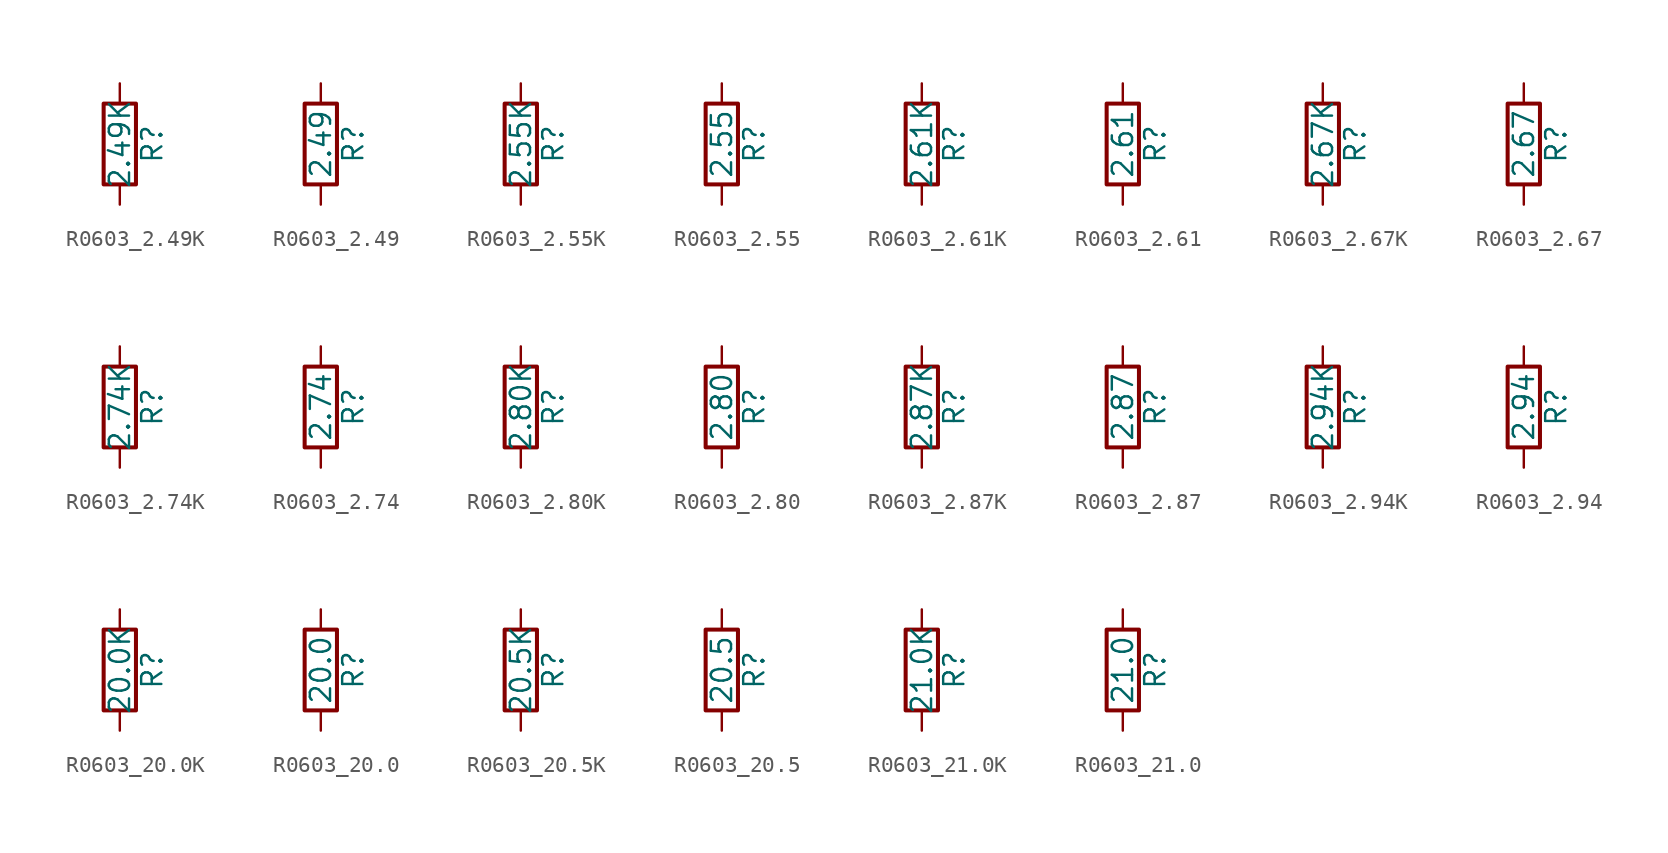
<source format=kicad_sym>
(kicad_symbol_lib
  (version 20211014)
  (generator atlantix-eda)
  (symbol "R0603_2.49K"
    (pin_numbers hide)
    (pin_names
      (offset 0))
    (property "Reference" "R"
      (at 2.032 0 90)
      (effects (font (size 1.27 1.27))))
    (property "Value" "2.49K"
      (at 0 0 90)
      (effects (font (size 1.27 1.27))))
    (symbol "R0603_2.49K_0_1"
      (rectangle (start -1.016 -2.54) (end 1.016 2.54) (stroke (width 0.254) (type default) (color 0 0 0 0)) (fill (type none))))
    (symbol "R0603_2.49K_1_1"
      (pin passive line (at 0 3.81 270) (length 1.27) (name "~" (effects (font (size 1.27 1.27)))) (number "1" (effects (font (size 1.27 1.27)))))
      (pin passive line (at 0 -3.81 90) (length 1.27) (name "~" (effects (font (size 1.27 1.27)))) (number "2" (effects (font (size 1.27 1.27)))))))
  (symbol "R0603_2.49"
    (pin_numbers hide)
    (pin_names
      (offset 0))
    (property "Reference" "R"
      (at 2.032 0 90)
      (effects (font (size 1.27 1.27))))
    (property "Value" "2.49"
      (at 0 0 90)
      (effects (font (size 1.27 1.27))))
    (symbol "R0603_2.49_0_1"
      (rectangle (start -1.016 -2.54) (end 1.016 2.54) (stroke (width 0.254) (type default) (color 0 0 0 0)) (fill (type none))))
    (symbol "R0603_2.49_1_1"
      (pin passive line (at 0 3.81 270) (length 1.27) (name "~" (effects (font (size 1.27 1.27)))) (number "1" (effects (font (size 1.27 1.27)))))
      (pin passive line (at 0 -3.81 90) (length 1.27) (name "~" (effects (font (size 1.27 1.27)))) (number "2" (effects (font (size 1.27 1.27)))))))
  (symbol "R0603_2.55K"
    (pin_numbers hide)
    (pin_names
      (offset 0))
    (property "Reference" "R"
      (at 2.032 0 90)
      (effects (font (size 1.27 1.27))))
    (property "Value" "2.55K"
      (at 0 0 90)
      (effects (font (size 1.27 1.27))))
    (symbol "R0603_2.55K_0_1"
      (rectangle (start -1.016 -2.54) (end 1.016 2.54) (stroke (width 0.254) (type default) (color 0 0 0 0)) (fill (type none))))
    (symbol "R0603_2.55K_1_1"
      (pin passive line (at 0 3.81 270) (length 1.27) (name "~" (effects (font (size 1.27 1.27)))) (number "1" (effects (font (size 1.27 1.27)))))
      (pin passive line (at 0 -3.81 90) (length 1.27) (name "~" (effects (font (size 1.27 1.27)))) (number "2" (effects (font (size 1.27 1.27)))))))
  (symbol "R0603_2.55"
    (pin_numbers hide)
    (pin_names
      (offset 0))
    (property "Reference" "R"
      (at 2.032 0 90)
      (effects (font (size 1.27 1.27))))
    (property "Value" "2.55"
      (at 0 0 90)
      (effects (font (size 1.27 1.27))))
    (symbol "R0603_2.55_0_1"
      (rectangle (start -1.016 -2.54) (end 1.016 2.54) (stroke (width 0.254) (type default) (color 0 0 0 0)) (fill (type none))))
    (symbol "R0603_2.55_1_1"
      (pin passive line (at 0 3.81 270) (length 1.27) (name "~" (effects (font (size 1.27 1.27)))) (number "1" (effects (font (size 1.27 1.27)))))
      (pin passive line (at 0 -3.81 90) (length 1.27) (name "~" (effects (font (size 1.27 1.27)))) (number "2" (effects (font (size 1.27 1.27)))))))
  (symbol "R0603_2.61K"
    (pin_numbers hide)
    (pin_names
      (offset 0))
    (property "Reference" "R"
      (at 2.032 0 90)
      (effects (font (size 1.27 1.27))))
    (property "Value" "2.61K"
      (at 0 0 90)
      (effects (font (size 1.27 1.27))))
    (symbol "R0603_2.61K_0_1"
      (rectangle (start -1.016 -2.54) (end 1.016 2.54) (stroke (width 0.254) (type default) (color 0 0 0 0)) (fill (type none))))
    (symbol "R0603_2.61K_1_1"
      (pin passive line (at 0 3.81 270) (length 1.27) (name "~" (effects (font (size 1.27 1.27)))) (number "1" (effects (font (size 1.27 1.27)))))
      (pin passive line (at 0 -3.81 90) (length 1.27) (name "~" (effects (font (size 1.27 1.27)))) (number "2" (effects (font (size 1.27 1.27)))))))
  (symbol "R0603_2.61"
    (pin_numbers hide)
    (pin_names
      (offset 0))
    (property "Reference" "R"
      (at 2.032 0 90)
      (effects (font (size 1.27 1.27))))
    (property "Value" "2.61"
      (at 0 0 90)
      (effects (font (size 1.27 1.27))))
    (symbol "R0603_2.61_0_1"
      (rectangle (start -1.016 -2.54) (end 1.016 2.54) (stroke (width 0.254) (type default) (color 0 0 0 0)) (fill (type none))))
    (symbol "R0603_2.61_1_1"
      (pin passive line (at 0 3.81 270) (length 1.27) (name "~" (effects (font (size 1.27 1.27)))) (number "1" (effects (font (size 1.27 1.27)))))
      (pin passive line (at 0 -3.81 90) (length 1.27) (name "~" (effects (font (size 1.27 1.27)))) (number "2" (effects (font (size 1.27 1.27)))))))
  (symbol "R0603_2.67K"
    (pin_numbers hide)
    (pin_names
      (offset 0))
    (property "Reference" "R"
      (at 2.032 0 90)
      (effects (font (size 1.27 1.27))))
    (property "Value" "2.67K"
      (at 0 0 90)
      (effects (font (size 1.27 1.27))))
    (symbol "R0603_2.67K_0_1"
      (rectangle (start -1.016 -2.54) (end 1.016 2.54) (stroke (width 0.254) (type default) (color 0 0 0 0)) (fill (type none))))
    (symbol "R0603_2.67K_1_1"
      (pin passive line (at 0 3.81 270) (length 1.27) (name "~" (effects (font (size 1.27 1.27)))) (number "1" (effects (font (size 1.27 1.27)))))
      (pin passive line (at 0 -3.81 90) (length 1.27) (name "~" (effects (font (size 1.27 1.27)))) (number "2" (effects (font (size 1.27 1.27)))))))
  (symbol "R0603_2.67"
    (pin_numbers hide)
    (pin_names
      (offset 0))
    (property "Reference" "R"
      (at 2.032 0 90)
      (effects (font (size 1.27 1.27))))
    (property "Value" "2.67"
      (at 0 0 90)
      (effects (font (size 1.27 1.27))))
    (symbol "R0603_2.67_0_1"
      (rectangle (start -1.016 -2.54) (end 1.016 2.54) (stroke (width 0.254) (type default) (color 0 0 0 0)) (fill (type none))))
    (symbol "R0603_2.67_1_1"
      (pin passive line (at 0 3.81 270) (length 1.27) (name "~" (effects (font (size 1.27 1.27)))) (number "1" (effects (font (size 1.27 1.27)))))
      (pin passive line (at 0 -3.81 90) (length 1.27) (name "~" (effects (font (size 1.27 1.27)))) (number "2" (effects (font (size 1.27 1.27)))))))
  (symbol "R0603_2.74K"
    (pin_numbers hide)
    (pin_names
      (offset 0))
    (property "Reference" "R"
      (at 2.032 0 90)
      (effects (font (size 1.27 1.27))))
    (property "Value" "2.74K"
      (at 0 0 90)
      (effects (font (size 1.27 1.27))))
    (symbol "R0603_2.74K_0_1"
      (rectangle (start -1.016 -2.54) (end 1.016 2.54) (stroke (width 0.254) (type default) (color 0 0 0 0)) (fill (type none))))
    (symbol "R0603_2.74K_1_1"
      (pin passive line (at 0 3.81 270) (length 1.27) (name "~" (effects (font (size 1.27 1.27)))) (number "1" (effects (font (size 1.27 1.27)))))
      (pin passive line (at 0 -3.81 90) (length 1.27) (name "~" (effects (font (size 1.27 1.27)))) (number "2" (effects (font (size 1.27 1.27)))))))
  (symbol "R0603_2.74"
    (pin_numbers hide)
    (pin_names
      (offset 0))
    (property "Reference" "R"
      (at 2.032 0 90)
      (effects (font (size 1.27 1.27))))
    (property "Value" "2.74"
      (at 0 0 90)
      (effects (font (size 1.27 1.27))))
    (symbol "R0603_2.74_0_1"
      (rectangle (start -1.016 -2.54) (end 1.016 2.54) (stroke (width 0.254) (type default) (color 0 0 0 0)) (fill (type none))))
    (symbol "R0603_2.74_1_1"
      (pin passive line (at 0 3.81 270) (length 1.27) (name "~" (effects (font (size 1.27 1.27)))) (number "1" (effects (font (size 1.27 1.27)))))
      (pin passive line (at 0 -3.81 90) (length 1.27) (name "~" (effects (font (size 1.27 1.27)))) (number "2" (effects (font (size 1.27 1.27)))))))
  (symbol "R0603_2.80K"
    (pin_numbers hide)
    (pin_names
      (offset 0))
    (property "Reference" "R"
      (at 2.032 0 90)
      (effects (font (size 1.27 1.27))))
    (property "Value" "2.80K"
      (at 0 0 90)
      (effects (font (size 1.27 1.27))))
    (symbol "R0603_2.80K_0_1"
      (rectangle (start -1.016 -2.54) (end 1.016 2.54) (stroke (width 0.254) (type default) (color 0 0 0 0)) (fill (type none))))
    (symbol "R0603_2.80K_1_1"
      (pin passive line (at 0 3.81 270) (length 1.27) (name "~" (effects (font (size 1.27 1.27)))) (number "1" (effects (font (size 1.27 1.27)))))
      (pin passive line (at 0 -3.81 90) (length 1.27) (name "~" (effects (font (size 1.27 1.27)))) (number "2" (effects (font (size 1.27 1.27)))))))
  (symbol "R0603_2.80"
    (pin_numbers hide)
    (pin_names
      (offset 0))
    (property "Reference" "R"
      (at 2.032 0 90)
      (effects (font (size 1.27 1.27))))
    (property "Value" "2.80"
      (at 0 0 90)
      (effects (font (size 1.27 1.27))))
    (symbol "R0603_2.80_0_1"
      (rectangle (start -1.016 -2.54) (end 1.016 2.54) (stroke (width 0.254) (type default) (color 0 0 0 0)) (fill (type none))))
    (symbol "R0603_2.80_1_1"
      (pin passive line (at 0 3.81 270) (length 1.27) (name "~" (effects (font (size 1.27 1.27)))) (number "1" (effects (font (size 1.27 1.27)))))
      (pin passive line (at 0 -3.81 90) (length 1.27) (name "~" (effects (font (size 1.27 1.27)))) (number "2" (effects (font (size 1.27 1.27)))))))
  (symbol "R0603_2.87K"
    (pin_numbers hide)
    (pin_names
      (offset 0))
    (property "Reference" "R"
      (at 2.032 0 90)
      (effects (font (size 1.27 1.27))))
    (property "Value" "2.87K"
      (at 0 0 90)
      (effects (font (size 1.27 1.27))))
    (symbol "R0603_2.87K_0_1"
      (rectangle (start -1.016 -2.54) (end 1.016 2.54) (stroke (width 0.254) (type default) (color 0 0 0 0)) (fill (type none))))
    (symbol "R0603_2.87K_1_1"
      (pin passive line (at 0 3.81 270) (length 1.27) (name "~" (effects (font (size 1.27 1.27)))) (number "1" (effects (font (size 1.27 1.27)))))
      (pin passive line (at 0 -3.81 90) (length 1.27) (name "~" (effects (font (size 1.27 1.27)))) (number "2" (effects (font (size 1.27 1.27)))))))
  (symbol "R0603_2.87"
    (pin_numbers hide)
    (pin_names
      (offset 0))
    (property "Reference" "R"
      (at 2.032 0 90)
      (effects (font (size 1.27 1.27))))
    (property "Value" "2.87"
      (at 0 0 90)
      (effects (font (size 1.27 1.27))))
    (symbol "R0603_2.87_0_1"
      (rectangle (start -1.016 -2.54) (end 1.016 2.54) (stroke (width 0.254) (type default) (color 0 0 0 0)) (fill (type none))))
    (symbol "R0603_2.87_1_1"
      (pin passive line (at 0 3.81 270) (length 1.27) (name "~" (effects (font (size 1.27 1.27)))) (number "1" (effects (font (size 1.27 1.27)))))
      (pin passive line (at 0 -3.81 90) (length 1.27) (name "~" (effects (font (size 1.27 1.27)))) (number "2" (effects (font (size 1.27 1.27)))))))
  (symbol "R0603_2.94K"
    (pin_numbers hide)
    (pin_names
      (offset 0))
    (property "Reference" "R"
      (at 2.032 0 90)
      (effects (font (size 1.27 1.27))))
    (property "Value" "2.94K"
      (at 0 0 90)
      (effects (font (size 1.27 1.27))))
    (symbol "R0603_2.94K_0_1"
      (rectangle (start -1.016 -2.54) (end 1.016 2.54) (stroke (width 0.254) (type default) (color 0 0 0 0)) (fill (type none))))
    (symbol "R0603_2.94K_1_1"
      (pin passive line (at 0 3.81 270) (length 1.27) (name "~" (effects (font (size 1.27 1.27)))) (number "1" (effects (font (size 1.27 1.27)))))
      (pin passive line (at 0 -3.81 90) (length 1.27) (name "~" (effects (font (size 1.27 1.27)))) (number "2" (effects (font (size 1.27 1.27)))))))
  (symbol "R0603_2.94"
    (pin_numbers hide)
    (pin_names
      (offset 0))
    (property "Reference" "R"
      (at 2.032 0 90)
      (effects (font (size 1.27 1.27))))
    (property "Value" "2.94"
      (at 0 0 90)
      (effects (font (size 1.27 1.27))))
    (symbol "R0603_2.94_0_1"
      (rectangle (start -1.016 -2.54) (end 1.016 2.54) (stroke (width 0.254) (type default) (color 0 0 0 0)) (fill (type none))))
    (symbol "R0603_2.94_1_1"
      (pin passive line (at 0 3.81 270) (length 1.27) (name "~" (effects (font (size 1.27 1.27)))) (number "1" (effects (font (size 1.27 1.27)))))
      (pin passive line (at 0 -3.81 90) (length 1.27) (name "~" (effects (font (size 1.27 1.27)))) (number "2" (effects (font (size 1.27 1.27)))))))
  (symbol "R0603_20.0K"
    (pin_numbers hide)
    (pin_names
      (offset 0))
    (property "Reference" "R"
      (at 2.032 0 90)
      (effects (font (size 1.27 1.27))))
    (property "Value" "20.0K"
      (at 0 0 90)
      (effects (font (size 1.27 1.27))))
    (symbol "R0603_20.0K_0_1"
      (rectangle (start -1.016 -2.54) (end 1.016 2.54) (stroke (width 0.254) (type default) (color 0 0 0 0)) (fill (type none))))
    (symbol "R0603_20.0K_1_1"
      (pin passive line (at 0 3.81 270) (length 1.27) (name "~" (effects (font (size 1.27 1.27)))) (number "1" (effects (font (size 1.27 1.27)))))
      (pin passive line (at 0 -3.81 90) (length 1.27) (name "~" (effects (font (size 1.27 1.27)))) (number "2" (effects (font (size 1.27 1.27)))))))
  (symbol "R0603_20.0"
    (pin_numbers hide)
    (pin_names
      (offset 0))
    (property "Reference" "R"
      (at 2.032 0 90)
      (effects (font (size 1.27 1.27))))
    (property "Value" "20.0"
      (at 0 0 90)
      (effects (font (size 1.27 1.27))))
    (symbol "R0603_20.0_0_1"
      (rectangle (start -1.016 -2.54) (end 1.016 2.54) (stroke (width 0.254) (type default) (color 0 0 0 0)) (fill (type none))))
    (symbol "R0603_20.0_1_1"
      (pin passive line (at 0 3.81 270) (length 1.27) (name "~" (effects (font (size 1.27 1.27)))) (number "1" (effects (font (size 1.27 1.27)))))
      (pin passive line (at 0 -3.81 90) (length 1.27) (name "~" (effects (font (size 1.27 1.27)))) (number "2" (effects (font (size 1.27 1.27)))))))
  (symbol "R0603_20.5K"
    (pin_numbers hide)
    (pin_names
      (offset 0))
    (property "Reference" "R"
      (at 2.032 0 90)
      (effects (font (size 1.27 1.27))))
    (property "Value" "20.5K"
      (at 0 0 90)
      (effects (font (size 1.27 1.27))))
    (symbol "R0603_20.5K_0_1"
      (rectangle (start -1.016 -2.54) (end 1.016 2.54) (stroke (width 0.254) (type default) (color 0 0 0 0)) (fill (type none))))
    (symbol "R0603_20.5K_1_1"
      (pin passive line (at 0 3.81 270) (length 1.27) (name "~" (effects (font (size 1.27 1.27)))) (number "1" (effects (font (size 1.27 1.27)))))
      (pin passive line (at 0 -3.81 90) (length 1.27) (name "~" (effects (font (size 1.27 1.27)))) (number "2" (effects (font (size 1.27 1.27)))))))
  (symbol "R0603_20.5"
    (pin_numbers hide)
    (pin_names
      (offset 0))
    (property "Reference" "R"
      (at 2.032 0 90)
      (effects (font (size 1.27 1.27))))
    (property "Value" "20.5"
      (at 0 0 90)
      (effects (font (size 1.27 1.27))))
    (symbol "R0603_20.5_0_1"
      (rectangle (start -1.016 -2.54) (end 1.016 2.54) (stroke (width 0.254) (type default) (color 0 0 0 0)) (fill (type none))))
    (symbol "R0603_20.5_1_1"
      (pin passive line (at 0 3.81 270) (length 1.27) (name "~" (effects (font (size 1.27 1.27)))) (number "1" (effects (font (size 1.27 1.27)))))
      (pin passive line (at 0 -3.81 90) (length 1.27) (name "~" (effects (font (size 1.27 1.27)))) (number "2" (effects (font (size 1.27 1.27)))))))
  (symbol "R0603_21.0K"
    (pin_numbers hide)
    (pin_names
      (offset 0))
    (property "Reference" "R"
      (at 2.032 0 90)
      (effects (font (size 1.27 1.27))))
    (property "Value" "21.0K"
      (at 0 0 90)
      (effects (font (size 1.27 1.27))))
    (symbol "R0603_21.0K_0_1"
      (rectangle (start -1.016 -2.54) (end 1.016 2.54) (stroke (width 0.254) (type default) (color 0 0 0 0)) (fill (type none))))
    (symbol "R0603_21.0K_1_1"
      (pin passive line (at 0 3.81 270) (length 1.27) (name "~" (effects (font (size 1.27 1.27)))) (number "1" (effects (font (size 1.27 1.27)))))
      (pin passive line (at 0 -3.81 90) (length 1.27) (name "~" (effects (font (size 1.27 1.27)))) (number "2" (effects (font (size 1.27 1.27)))))))
  (symbol "R0603_21.0"
    (pin_numbers hide)
    (pin_names
      (offset 0))
    (property "Reference" "R"
      (at 2.032 0 90)
      (effects (font (size 1.27 1.27))))
    (property "Value" "21.0"
      (at 0 0 90)
      (effects (font (size 1.27 1.27))))
    (symbol "R0603_21.0_0_1"
      (rectangle (start -1.016 -2.54) (end 1.016 2.54) (stroke (width 0.254) (type default) (color 0 0 0 0)) (fill (type none))))
    (symbol "R0603_21.0_1_1"
      (pin passive line (at 0 3.81 270) (length 1.27) (name "~" (effects (font (size 1.27 1.27)))) (number "1" (effects (font (size 1.27 1.27)))))
      (pin passive line (at 0 -3.81 90) (length 1.27) (name "~" (effects (font (size 1.27 1.27)))) (number "2" (effects (font (size 1.27 1.27))))))))
</source>
